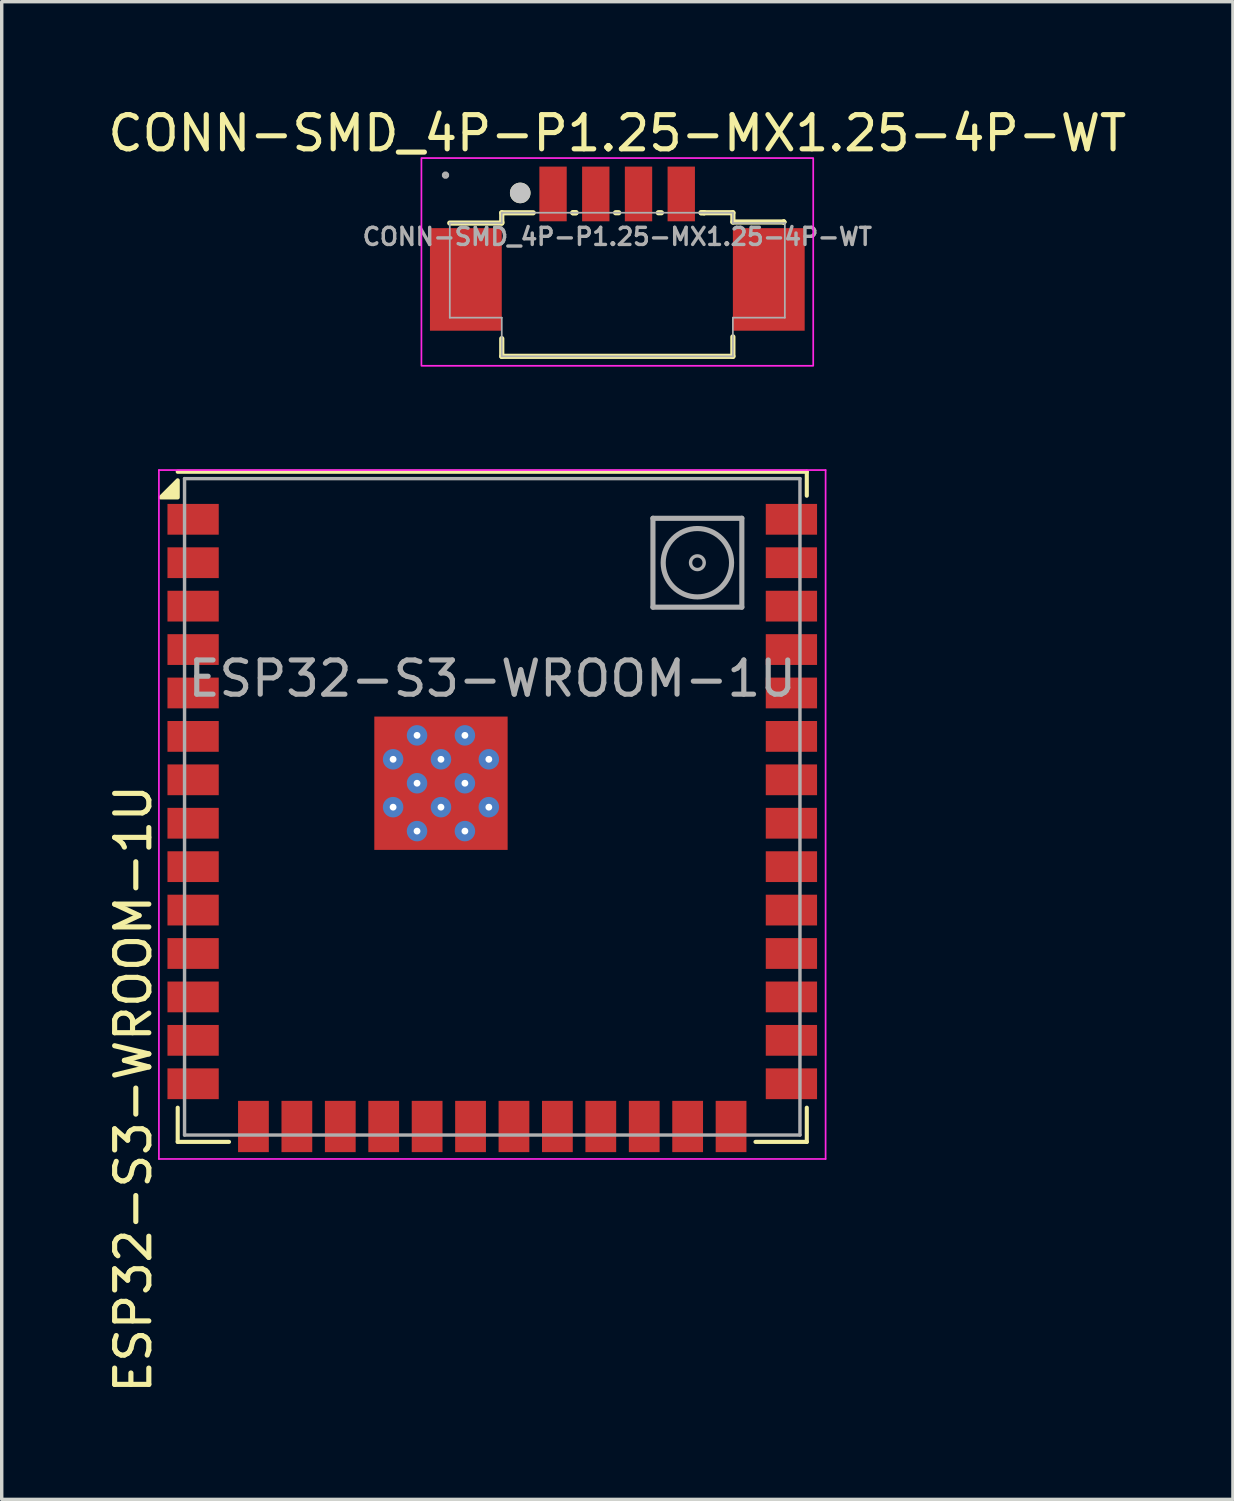
<source format=kicad_pcb>
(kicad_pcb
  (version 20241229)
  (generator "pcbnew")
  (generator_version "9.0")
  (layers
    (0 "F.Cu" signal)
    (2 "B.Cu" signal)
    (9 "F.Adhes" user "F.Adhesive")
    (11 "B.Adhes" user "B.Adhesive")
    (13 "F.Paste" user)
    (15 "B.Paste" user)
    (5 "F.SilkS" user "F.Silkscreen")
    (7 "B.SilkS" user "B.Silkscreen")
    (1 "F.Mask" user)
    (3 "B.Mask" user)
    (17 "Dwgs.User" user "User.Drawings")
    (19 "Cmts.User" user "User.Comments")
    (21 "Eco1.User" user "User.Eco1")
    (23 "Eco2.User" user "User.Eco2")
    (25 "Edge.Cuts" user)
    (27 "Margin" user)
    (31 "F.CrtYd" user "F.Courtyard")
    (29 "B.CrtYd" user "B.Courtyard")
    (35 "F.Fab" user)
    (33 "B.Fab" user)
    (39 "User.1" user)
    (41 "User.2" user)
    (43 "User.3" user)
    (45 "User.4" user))
  (footprint "CONN-SMD_4P-P1.25-MX1.25-4P-WT"
    (layer "F.Cu")
    (at 15.006 3.873)
    (property "Reference" "CONN-SMD_4P-P1.25-MX1.25-4P-WT" (at 0 -3.025 0) (layer "F.SilkS") (effects (font (size 1 1) (thickness 0.15))))
    (fp_line (start -3.38 3.5) (end -3.38 2.981) (stroke (width 0.152) (type default)) (layer "F.SilkS"))
    (fp_line (start -3.38 -0.699) (end -3.38 -0.429) (stroke (width 0.152) (type default)) (layer "F.SilkS"))
    (fp_line (start -3.38 -0.429) (end -3.38 -0.399) (stroke (width 0.152) (type default)) (layer "F.SilkS"))
    (fp_line (start -3.38 -0.399) (end -4.901 -0.399) (stroke (width 0.152) (type default)) (layer "F.SilkS"))
    (fp_line (start -2.46 -0.699) (end -3.38 -0.699) (stroke (width 0.152) (type default)) (layer "F.SilkS"))
    (fp_line (start -1.21 -0.7) (end -1.3 -0.7) (stroke (width 0.152) (type default)) (layer "F.SilkS"))
    (fp_line (start -1.21 -0.7) (end -1.3 -0.7) (stroke (width 0.152) (type default)) (layer "F.SilkS"))
    (fp_line (start 0.04 -0.7) (end -0.05 -0.7) (stroke (width 0.152) (type default)) (layer "F.SilkS"))
    (fp_line (start 1.29 -0.7) (end 1.2 -0.7) (stroke (width 0.152) (type default)) (layer "F.SilkS"))
    (fp_line (start 2.54 -0.7) (end 2.45 -0.7) (stroke (width 0.152) (type default)) (layer "F.SilkS"))
    (fp_line (start 2.54 -0.7) (end 2.45 -0.7) (stroke (width 0.152) (type default)) (layer "F.SilkS"))
    (fp_line (start 3.38 -0.7) (end 2.54 -0.7) (stroke (width 0.152) (type default)) (layer "F.SilkS"))
    (fp_line (start 3.38 -0.7) (end 3.38 -0.43) (stroke (width 0.152) (type default)) (layer "F.SilkS"))
    (fp_line (start 3.38 -0.43) (end 4.87 -0.43) (stroke (width 0.152) (type default)) (layer "F.SilkS"))
    (fp_line (start 3.38 3.5) (end -3.38 3.5) (stroke (width 0.152) (type default)) (layer "F.SilkS"))
    (fp_line (start 3.38 3.5) (end 3.38 2.93) (stroke (width 0.152) (type default)) (layer "F.SilkS"))
    (fp_line (start 4.87 -0.43) (end 4.87 -0.429) (stroke (width 0.152) (type default)) (layer "F.SilkS"))
    (fp_line (start 4.87 -0.429) (end 4.87 -0.43) (stroke (width 0.152) (type default)) (layer "F.SilkS"))
    (fp_circle (center -2.84 -1.28) (end -2.689 -1.28) (stroke (width 0.3) (type default)) (fill no) (layer "F.SilkS"))
    (fp_circle (center -2.84 -1.28) (end -2.689 -1.28) (stroke (width 0.3) (type default)) (fill no) (layer "Dwgs.User"))
    (fp_rect (start -5.73 -2.3) (end 5.73 3.776) (stroke (width 0.05) (type default)) (fill no) (layer "F.CrtYd"))
    (fp_line (start -4.9 -0.4) (end -3.38 -0.4) (stroke (width 0.051) (type default)) (layer "F.Fab"))
    (fp_line (start -4.9 2.369) (end -4.9 -0.4) (stroke (width 0.051) (type default)) (layer "F.Fab"))
    (fp_line (start -3.38 -0.7) (end 3.38 -0.7) (stroke (width 0.051) (type default)) (layer "F.Fab"))
    (fp_line (start -3.38 -0.69) (end -3.38 -0.7) (stroke (width 0.051) (type default)) (layer "F.Fab"))
    (fp_line (start -3.38 -0.4) (end -3.38 -0.69) (stroke (width 0.051) (type default)) (layer "F.Fab"))
    (fp_line (start -3.38 2.369) (end -4.9 2.369) (stroke (width 0.051) (type default)) (layer "F.Fab"))
    (fp_line (start -3.38 3.5) (end -3.38 2.369) (stroke (width 0.051) (type default)) (layer "F.Fab"))
    (fp_line (start 3.38 -0.7) (end 3.38 -0.4) (stroke (width 0.051) (type default)) (layer "F.Fab"))
    (fp_line (start 3.38 -0.4) (end 4.9 -0.4) (stroke (width 0.051) (type default)) (layer "F.Fab"))
    (fp_line (start 3.38 2.369) (end 3.38 3.5) (stroke (width 0.051) (type default)) (layer "F.Fab"))
    (fp_line (start 3.38 3.5) (end -3.38 3.5) (stroke (width 0.051) (type default)) (layer "F.Fab"))
    (fp_line (start 4.9 -0.4) (end 4.9 2.369) (stroke (width 0.051) (type default)) (layer "F.Fab"))
    (fp_line (start 4.9 2.369) (end 3.38 2.369) (stroke (width 0.051) (type default)) (layer "F.Fab"))
    (fp_poly (pts (xy -4.97 -1.823) (xy -5.002 -1.855) (xy -5.048 -1.855) (xy -5.08 -1.823) (xy -5.08 -1.777) (xy -5.048 -1.745) (xy -5.002 -1.745) (xy -4.97 -1.777)) (stroke (width 0.1) (type default)) (fill no) (layer "F.Fab"))
    (fp_poly (pts (xy -2.03 -1.8) (xy -1.73 -1.8) (xy -1.73 -0.6) (xy -2.03 -0.6)) (stroke (width 0.1) (type default)) (fill no) (layer "User.1"))
    (fp_poly (pts (xy -0.78 -1.8) (xy -0.48 -1.8) (xy -0.48 -0.6) (xy -0.78 -0.6)) (stroke (width 0.1) (type default)) (fill no) (layer "User.1"))
    (fp_poly (pts (xy 0.47 -1.8) (xy 0.77 -1.8) (xy 0.77 -0.6) (xy 0.47 -0.6)) (stroke (width 0.1) (type default)) (fill no) (layer "User.1"))
    (fp_poly (pts (xy 1.72 -1.8) (xy 2.02 -1.8) (xy 2.02 -0.6) (xy 1.72 -0.6)) (stroke (width 0.1) (type default)) (fill no) (layer "User.1"))
    (fp_poly (pts (xy -4.88 2.37) (xy -5.025 2.17) (xy -5.025 0.56) (xy -4.88 0.36) (xy -3.38 0.36) (xy -3.38 2.37)) (stroke (width 0.1) (type default)) (fill no) (layer "User.1"))
    (fp_poly (pts (xy 4.88 0.36) (xy 5.025 0.56) (xy 5.025 2.17) (xy 4.88 2.37) (xy 3.38 2.37) (xy 3.38 0.36)) (stroke (width 0.1) (type default)) (fill no) (layer "User.1"))
    (fp_text user "${REFERENCE}" (at 0 0 0) (layer "F.Fab") (effects (font (size 0.5 0.5) (thickness 0.1))))
    (pad "1" smd rect (at -1.88 -1.25) (size 0.8 1.6) (layers "F.Cu" "F.Mask" "F.Paste"))
    (pad "2" smd rect (at -0.63 -1.25) (size 0.8 1.6) (layers "F.Cu" "F.Mask" "F.Paste"))
    (pad "3" smd rect (at 0.62 -1.25) (size 0.8 1.6) (layers "F.Cu" "F.Mask" "F.Paste"))
    (pad "4" smd rect (at 1.87 -1.25) (size 0.8 1.6) (layers "F.Cu" "F.Mask" "F.Paste"))
    (pad "5" smd rect (at 4.43 1.25) (size 2.1 3) (layers "F.Cu" "F.Mask" "F.Paste"))
    (pad "6" smd rect (at -4.43 1.25) (size 2.1 3) (layers "F.Cu" "F.Mask" "F.Paste")))
  (footprint "ESP32-S3-WROOM-1U"
    (layer "F.Cu")
    (at 11.348 20.549)
    (property "Reference" "ESP32-S3-WROOM-1U" (at -10.5 8.25 90) (unlocked yes) (layer "F.SilkS") (effects (font (size 1 1) (thickness 0.15))))
    (attr smd)
    (fp_line (start -9.2 -9.8) (end 9.2 -9.8) (stroke (width 0.12) (type solid)) (layer "F.SilkS"))
    (fp_line (start -9.2 8.8) (end -9.2 9.8) (stroke (width 0.12) (type solid)) (layer "F.SilkS"))
    (fp_line (start -9.2 9.8) (end -7.7 9.8) (stroke (width 0.12) (type solid)) (layer "F.SilkS"))
    (fp_line (start 9.2 -9.8) (end 9.2 -9.1) (stroke (width 0.12) (type solid)) (layer "F.SilkS"))
    (fp_line (start 9.2 9.8) (end 7.7 9.8) (stroke (width 0.12) (type solid)) (layer "F.SilkS"))
    (fp_line (start 9.2 9.8) (end 9.2 8.8) (stroke (width 0.12) (type solid)) (layer "F.SilkS"))
    (fp_poly (pts (xy -9.2 -9.05) (xy -9.7 -9.05) (xy -9.2 -9.55) (xy -9.2 -9.05)) (stroke (width 0.12) (type solid)) (fill yes) (layer "F.SilkS"))
    (fp_line (start -9.75 10.3) (end -9.75 -9.85) (stroke (width 0.05) (type solid)) (layer "F.CrtYd"))
    (fp_line (start -9.75 10.3) (end 9.75 10.3) (stroke (width 0.05) (type solid)) (layer "F.CrtYd"))
    (fp_line (start 9.75 -9.85) (end -9.75 -9.85) (stroke (width 0.05) (type solid)) (layer "F.CrtYd"))
    (fp_line (start 9.75 -9.85) (end 9.75 10.3) (stroke (width 0.05) (type solid)) (layer "F.CrtYd"))
    (fp_line (start -9 -9.6) (end 9 -9.6) (stroke (width 0.1) (type solid)) (layer "F.Fab"))
    (fp_line (start -9 9.6) (end -9 -9.6) (stroke (width 0.1) (type solid)) (layer "F.Fab"))
    (fp_line (start -9 9.6) (end 9 9.6) (stroke (width 0.1) (type solid)) (layer "F.Fab"))
    (fp_line (start 4.7 -8.44) (end 7.3 -8.44) (stroke (width 0.15) (type solid)) (layer "F.Fab"))
    (fp_line (start 4.7 -5.84) (end 4.7 -8.44) (stroke (width 0.15) (type solid)) (layer "F.Fab"))
    (fp_line (start 7.3 -8.44) (end 7.3 -5.84) (stroke (width 0.15) (type solid)) (layer "F.Fab"))
    (fp_line (start 7.3 -5.84) (end 4.7 -5.84) (stroke (width 0.15) (type solid)) (layer "F.Fab"))
    (fp_line (start 9 9.6) (end 9 -9.6) (stroke (width 0.1) (type solid)) (layer "F.Fab"))
    (fp_circle (center 6 -7.14) (end 6 -6.94) (stroke (width 0.1) (type solid)) (fill no) (layer "F.Fab"))
    (fp_circle (center 6 -7.14) (end 7 -7.14) (stroke (width 0.15) (type solid)) (fill no) (layer "F.Fab"))
    (fp_text user "${REFERENCE}" (at 0 -3.75 0) (unlocked yes) (layer "F.Fab") (effects (font (size 1 1) (thickness 0.15))))
    (pad "" smd rect (at -2.904 0.71) (size 0.9 0.9) (layers "F.Paste"))
    (pad "" smd rect (at -2.9 -2.09) (size 0.9 0.9) (layers "F.Paste"))
    (pad "" smd rect (at -2.9 -0.69) (size 0.9 0.9) (layers "F.Paste"))
    (pad "" smd rect (at -1.504 0.71) (size 0.9 0.9) (layers "F.Paste"))
    (pad "" smd rect (at -1.5 -2.09) (size 0.9 0.9) (layers "F.Paste"))
    (pad "" smd rect (at -1.5 -0.69) (size 0.9 0.9) (layers "F.Paste"))
    (pad "" smd rect (at -0.104 0.71) (size 0.9 0.9) (layers "F.Paste"))
    (pad "" smd rect (at -0.1 -2.09) (size 0.9 0.9) (layers "F.Paste"))
    (pad "" smd rect (at -0.1 -0.69) (size 0.9 0.9) (layers "F.Paste"))
    (pad "1" smd rect (at -8.75 -8.41) (size 1.5 0.9) (layers "F.Cu" "F.Mask" "F.Paste"))
    (pad "2" smd rect (at -8.75 -7.14) (size 1.5 0.9) (layers "F.Cu" "F.Mask" "F.Paste"))
    (pad "3" smd rect (at -8.75 -5.87) (size 1.5 0.9) (layers "F.Cu" "F.Mask" "F.Paste"))
    (pad "4" smd rect (at -8.75 -4.6) (size 1.5 0.9) (layers "F.Cu" "F.Mask" "F.Paste"))
    (pad "5" smd rect (at -8.75 -3.33) (size 1.5 0.9) (layers "F.Cu" "F.Mask" "F.Paste"))
    (pad "6" smd rect (at -8.75 -2.06) (size 1.5 0.9) (layers "F.Cu" "F.Mask" "F.Paste"))
    (pad "7" smd rect (at -8.75 -0.79) (size 1.5 0.9) (layers "F.Cu" "F.Mask" "F.Paste"))
    (pad "8" smd rect (at -8.75 0.48) (size 1.5 0.9) (layers "F.Cu" "F.Mask" "F.Paste"))
    (pad "9" smd rect (at -8.75 1.75) (size 1.5 0.9) (layers "F.Cu" "F.Mask" "F.Paste"))
    (pad "10" smd rect (at -8.75 3.02) (size 1.5 0.9) (layers "F.Cu" "F.Mask" "F.Paste"))
    (pad "11" smd rect (at -8.75 4.29) (size 1.5 0.9) (layers "F.Cu" "F.Mask" "F.Paste"))
    (pad "12" smd rect (at -8.75 5.56) (size 1.5 0.9) (layers "F.Cu" "F.Mask" "F.Paste"))
    (pad "13" smd rect (at -8.75 6.83) (size 1.5 0.9) (layers "F.Cu" "F.Mask" "F.Paste"))
    (pad "14" smd rect (at -8.75 8.1 180) (size 1.5 0.9) (layers "F.Cu" "F.Mask" "F.Paste"))
    (pad "15" smd rect (at -6.985 9.35 270) (size 1.5 0.9) (layers "F.Cu" "F.Mask" "F.Paste"))
    (pad "16" smd rect (at -5.715 9.35 270) (size 1.5 0.9) (layers "F.Cu" "F.Mask" "F.Paste"))
    (pad "17" smd rect (at -4.445 9.35 270) (size 1.5 0.9) (layers "F.Cu" "F.Mask" "F.Paste"))
    (pad "18" smd rect (at -3.175 9.35 270) (size 1.5 0.9) (layers "F.Cu" "F.Mask" "F.Paste"))
    (pad "19" smd rect (at -1.905 9.35 270) (size 1.5 0.9) (layers "F.Cu" "F.Mask" "F.Paste"))
    (pad "20" smd rect (at -0.635 9.35 270) (size 1.5 0.9) (layers "F.Cu" "F.Mask" "F.Paste"))
    (pad "21" smd rect (at 0.635 9.35 270) (size 1.5 0.9) (layers "F.Cu" "F.Mask" "F.Paste"))
    (pad "22" smd rect (at 1.905 9.35 270) (size 1.5 0.9) (layers "F.Cu" "F.Mask" "F.Paste"))
    (pad "23" smd rect (at 3.175 9.35 270) (size 1.5 0.9) (layers "F.Cu" "F.Mask" "F.Paste"))
    (pad "24" smd rect (at 4.445 9.35 270) (size 1.5 0.9) (layers "F.Cu" "F.Mask" "F.Paste"))
    (pad "25" smd rect (at 5.715 9.35 270) (size 1.5 0.9) (layers "F.Cu" "F.Mask" "F.Paste"))
    (pad "26" smd rect (at 6.985 9.35 270) (size 1.5 0.9) (layers "F.Cu" "F.Mask" "F.Paste"))
    (pad "27" smd rect (at 8.75 8.1) (size 1.5 0.9) (layers "F.Cu" "F.Mask" "F.Paste"))
    (pad "28" smd rect (at 8.75 6.83) (size 1.5 0.9) (layers "F.Cu" "F.Mask" "F.Paste"))
    (pad "29" smd rect (at 8.75 5.56) (size 1.5 0.9) (layers "F.Cu" "F.Mask" "F.Paste"))
    (pad "30" smd rect (at 8.75 4.29) (size 1.5 0.9) (layers "F.Cu" "F.Mask" "F.Paste"))
    (pad "31" smd rect (at 8.75 3.02) (size 1.5 0.9) (layers "F.Cu" "F.Mask" "F.Paste"))
    (pad "32" smd rect (at 8.75 1.75) (size 1.5 0.9) (layers "F.Cu" "F.Mask" "F.Paste"))
    (pad "33" smd rect (at 8.75 0.48) (size 1.5 0.9) (layers "F.Cu" "F.Mask" "F.Paste"))
    (pad "34" smd rect (at 8.75 -0.79) (size 1.5 0.9) (layers "F.Cu" "F.Mask" "F.Paste"))
    (pad "35" smd rect (at 8.75 -2.06) (size 1.5 0.9) (layers "F.Cu" "F.Mask" "F.Paste"))
    (pad "36" smd rect (at 8.75 -3.33) (size 1.5 0.9) (layers "F.Cu" "F.Mask" "F.Paste"))
    (pad "37" smd rect (at 8.75 -4.6) (size 1.5 0.9) (layers "F.Cu" "F.Mask" "F.Paste"))
    (pad "38" smd rect (at 8.75 -5.87) (size 1.5 0.9) (layers "F.Cu" "F.Mask" "F.Paste"))
    (pad "39" smd rect (at 8.75 -7.14) (size 1.5 0.9) (layers "F.Cu" "F.Mask" "F.Paste"))
    (pad "40" smd rect (at 8.75 -8.41) (size 1.5 0.9) (layers "F.Cu" "F.Mask" "F.Paste"))
    (pad "41" thru_hole circle (at -2.9 -1.39) (size 0.6 0.6) (drill 0.2) (property pad_prop_heatsink) (layers "*.Cu" "F.Mask"))
    (pad "41" thru_hole circle (at -2.9 0.01) (size 0.6 0.6) (drill 0.2) (property pad_prop_heatsink) (layers "*.Cu" "F.Mask"))
    (pad "41" thru_hole circle (at -2.2 -2.09) (size 0.6 0.6) (drill 0.2) (property pad_prop_heatsink) (layers "*.Cu" "F.Mask"))
    (pad "41" thru_hole circle (at -2.2 -0.69) (size 0.6 0.6) (drill 0.2) (property pad_prop_heatsink) (layers "*.Cu" "F.Mask"))
    (pad "41" thru_hole circle (at -2.2 0.71) (size 0.6 0.6) (drill 0.2) (property pad_prop_heatsink) (layers "*.Cu" "F.Mask"))
    (pad "41" thru_hole circle (at -1.5 -1.39) (size 0.6 0.6) (drill 0.2) (property pad_prop_heatsink) (layers "*.Cu" "F.Mask"))
    (pad "41" smd rect (at -1.5 -0.69) (size 3.9 3.9) (property pad_prop_heatsink) (layers "F.Cu" "F.Mask"))
    (pad "41" thru_hole circle (at -1.5 0.01) (size 0.6 0.6) (drill 0.2) (property pad_prop_heatsink) (layers "*.Cu" "F.Mask"))
    (pad "41" thru_hole circle (at -0.8 -2.09) (size 0.6 0.6) (drill 0.2) (property pad_prop_heatsink) (layers "*.Cu" "F.Mask"))
    (pad "41" thru_hole circle (at -0.8 -0.69) (size 0.6 0.6) (drill 0.2) (property pad_prop_heatsink) (layers "*.Cu" "F.Mask"))
    (pad "41" thru_hole circle (at -0.8 0.71) (size 0.6 0.6) (drill 0.2) (property pad_prop_heatsink) (layers "*.Cu" "F.Mask"))
    (pad "41" thru_hole circle (at -0.1 -1.39) (size 0.6 0.6) (drill 0.2) (property pad_prop_heatsink) (layers "*.Cu" "F.Mask"))
    (pad "41" thru_hole circle (at -0.1 0.01) (size 0.6 0.6) (drill 0.2) (property pad_prop_heatsink) (layers "*.Cu" "F.Mask")))
  (gr_rect
    (start -3 -3)
    (end 33.012 40.805)
    (stroke (width 0.1) (type default))
    (fill no)
    (layer "Edge.Cuts")))
</source>
